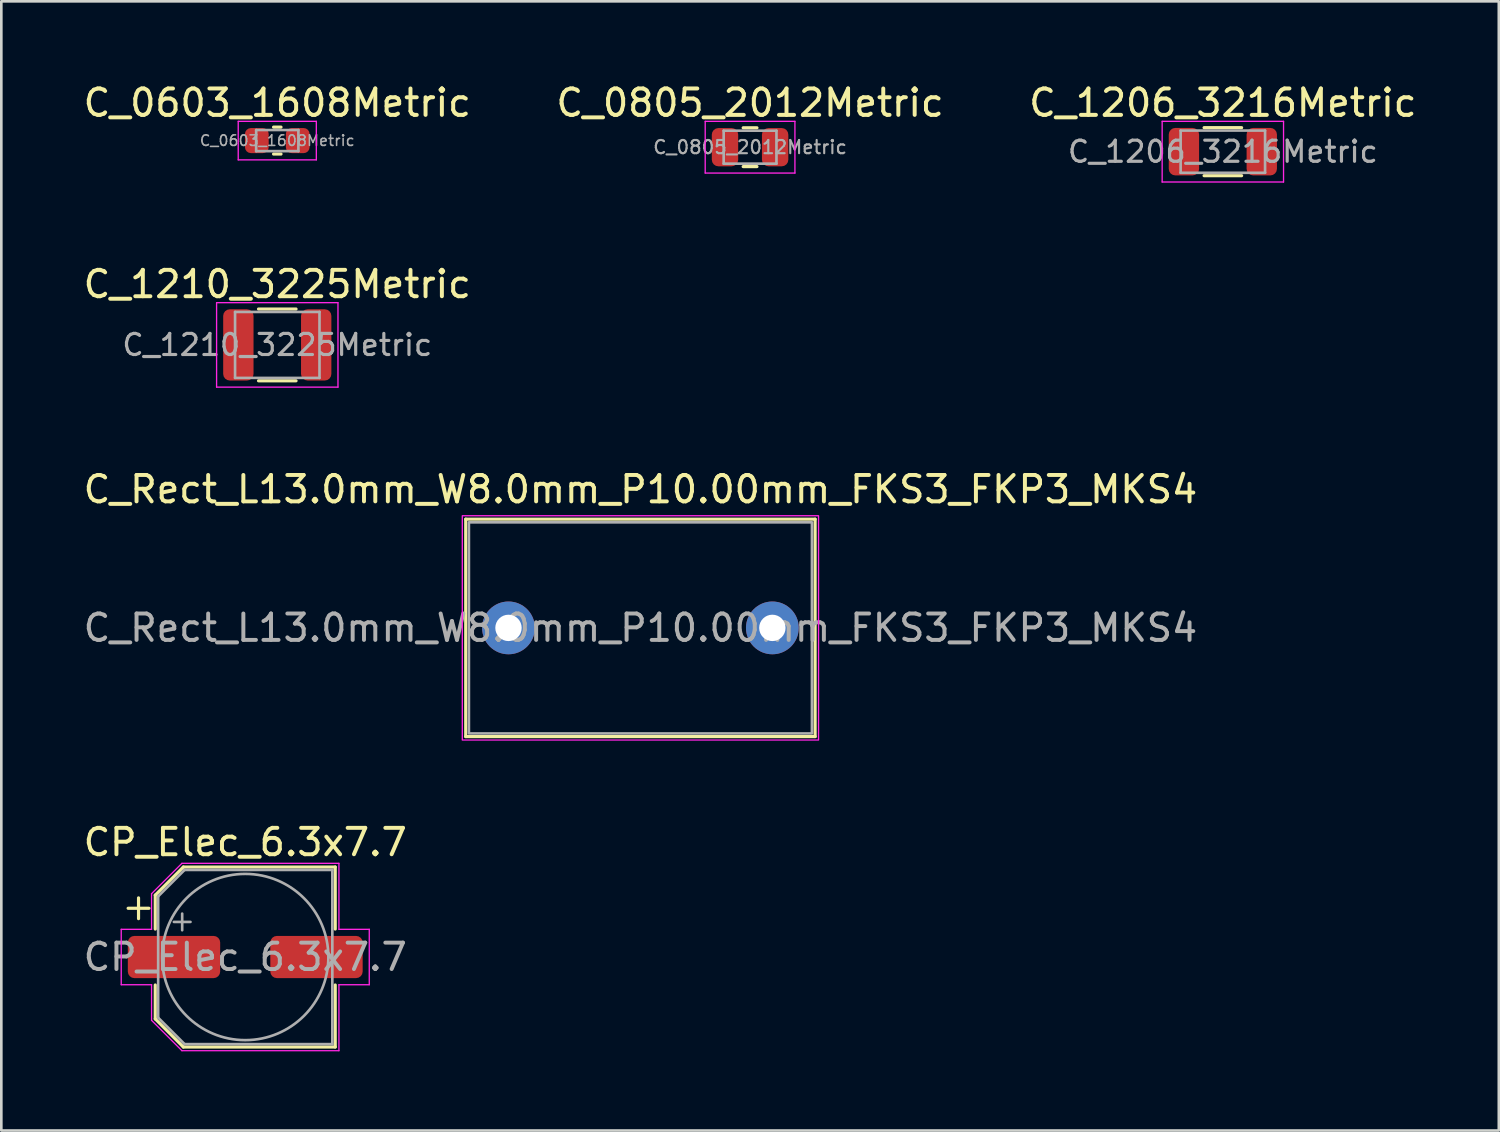
<source format=kicad_pcb>
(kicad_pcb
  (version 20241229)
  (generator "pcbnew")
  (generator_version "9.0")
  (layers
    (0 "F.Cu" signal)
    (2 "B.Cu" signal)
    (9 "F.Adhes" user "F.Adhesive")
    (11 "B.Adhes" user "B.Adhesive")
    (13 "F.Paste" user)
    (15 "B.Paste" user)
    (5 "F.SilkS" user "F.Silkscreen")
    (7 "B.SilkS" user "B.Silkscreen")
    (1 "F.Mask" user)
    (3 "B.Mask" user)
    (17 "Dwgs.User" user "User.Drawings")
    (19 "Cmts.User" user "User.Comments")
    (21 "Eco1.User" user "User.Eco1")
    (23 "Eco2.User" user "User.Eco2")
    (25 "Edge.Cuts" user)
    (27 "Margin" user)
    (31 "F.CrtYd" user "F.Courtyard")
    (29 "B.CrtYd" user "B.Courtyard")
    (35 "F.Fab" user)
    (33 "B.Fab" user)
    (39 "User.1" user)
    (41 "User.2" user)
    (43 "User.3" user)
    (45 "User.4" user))
  (footprint "C_1206_3216Metric"
    (layer "F.Cu")
    (at 43.292 2.698)
    (property "Reference" "C_1206_3216Metric" (at 0 -1.85 0) (layer "F.SilkS") (effects (font (size 1 1) (thickness 0.15))))
    (attr smd)
    (fp_line (start -0.711 -0.91) (end 0.711 -0.91) (stroke (width 0.12) (type solid)) (layer "F.SilkS"))
    (fp_line (start -0.711 0.91) (end 0.711 0.91) (stroke (width 0.12) (type solid)) (layer "F.SilkS"))
    (fp_line (start -2.3 -1.15) (end 2.3 -1.15) (stroke (width 0.05) (type solid)) (layer "F.CrtYd"))
    (fp_line (start -2.3 1.15) (end -2.3 -1.15) (stroke (width 0.05) (type solid)) (layer "F.CrtYd"))
    (fp_line (start 2.3 -1.15) (end 2.3 1.15) (stroke (width 0.05) (type solid)) (layer "F.CrtYd"))
    (fp_line (start 2.3 1.15) (end -2.3 1.15) (stroke (width 0.05) (type solid)) (layer "F.CrtYd"))
    (fp_line (start -1.6 -0.8) (end 1.6 -0.8) (stroke (width 0.1) (type solid)) (layer "F.Fab"))
    (fp_line (start -1.6 0.8) (end -1.6 -0.8) (stroke (width 0.1) (type solid)) (layer "F.Fab"))
    (fp_line (start 1.6 -0.8) (end 1.6 0.8) (stroke (width 0.1) (type solid)) (layer "F.Fab"))
    (fp_line (start 1.6 0.8) (end -1.6 0.8) (stroke (width 0.1) (type solid)) (layer "F.Fab"))
    (fp_text user "${REFERENCE}" (at 0 0 0) (layer "F.Fab") (effects (font (size 0.8 0.8) (thickness 0.12))))
    (pad "1" smd roundrect (at -1.475 0) (size 1.15 1.8) (layers "F.Cu" "F.Mask" "F.Paste") (roundrect_rratio 0.217))
    (pad "2" smd roundrect (at 1.475 0) (size 1.15 1.8) (layers "F.Cu" "F.Mask" "F.Paste") (roundrect_rratio 0.217)))
  (footprint "C_1210_3225Metric"
    (layer "F.Cu")
    (at 7.458 10.021)
    (property "Reference" "C_1210_3225Metric" (at 0 -2.3 0) (layer "F.SilkS") (effects (font (size 1 1) (thickness 0.15))))
    (attr smd)
    (fp_line (start -0.711 -1.36) (end 0.711 -1.36) (stroke (width 0.12) (type solid)) (layer "F.SilkS"))
    (fp_line (start -0.711 1.36) (end 0.711 1.36) (stroke (width 0.12) (type solid)) (layer "F.SilkS"))
    (fp_line (start -2.3 -1.6) (end 2.3 -1.6) (stroke (width 0.05) (type solid)) (layer "F.CrtYd"))
    (fp_line (start -2.3 1.6) (end -2.3 -1.6) (stroke (width 0.05) (type solid)) (layer "F.CrtYd"))
    (fp_line (start 2.3 -1.6) (end 2.3 1.6) (stroke (width 0.05) (type solid)) (layer "F.CrtYd"))
    (fp_line (start 2.3 1.6) (end -2.3 1.6) (stroke (width 0.05) (type solid)) (layer "F.CrtYd"))
    (fp_line (start -1.6 -1.25) (end 1.6 -1.25) (stroke (width 0.1) (type solid)) (layer "F.Fab"))
    (fp_line (start -1.6 1.25) (end -1.6 -1.25) (stroke (width 0.1) (type solid)) (layer "F.Fab"))
    (fp_line (start 1.6 -1.25) (end 1.6 1.25) (stroke (width 0.1) (type solid)) (layer "F.Fab"))
    (fp_line (start 1.6 1.25) (end -1.6 1.25) (stroke (width 0.1) (type solid)) (layer "F.Fab"))
    (fp_text user "${REFERENCE}" (at 0 0 0) (layer "F.Fab") (effects (font (size 0.8 0.8) (thickness 0.12))))
    (pad "1" smd roundrect (at -1.475 0) (size 1.15 2.7) (layers "F.Cu" "F.Mask" "F.Paste") (roundrect_rratio 0.217))
    (pad "2" smd roundrect (at 1.475 0) (size 1.15 2.7) (layers "F.Cu" "F.Mask" "F.Paste") (roundrect_rratio 0.217)))
  (footprint "C_Rect_L13.0mm_W8.0mm_P10.00mm_FKS3_FKP3_MKS4"
    (layer "F.Cu")
    (at 16.22 20.745)
    (property "Reference" "C_Rect_L13.0mm_W8.0mm_P10.00mm_FKS3_FKP3_MKS4" (at 5 -5.25 0) (layer "F.SilkS") (effects (font (size 1 1) (thickness 0.15))))
    (attr through_hole)
    (fp_line (start -1.62 -4.12) (end 11.62 -4.12) (stroke (width 0.12) (type solid)) (layer "F.SilkS"))
    (fp_line (start -1.62 4.12) (end -1.62 -4.12) (stroke (width 0.12) (type solid)) (layer "F.SilkS"))
    (fp_line (start 11.62 -4.12) (end 11.62 4.12) (stroke (width 0.12) (type solid)) (layer "F.SilkS"))
    (fp_line (start 11.62 4.12) (end -1.62 4.12) (stroke (width 0.12) (type solid)) (layer "F.SilkS"))
    (fp_rect (start -1.75 -4.25) (end 11.75 4.25) (stroke (width 0.05) (type solid)) (fill no) (layer "F.CrtYd"))
    (fp_rect (start -1.5 -4) (end 11.5 4) (stroke (width 0.1) (type solid)) (fill no) (layer "F.Fab"))
    (fp_text user "${REFERENCE}" (at 5 0 0) (layer "F.Fab") (effects (font (size 1 1) (thickness 0.15))))
    (pad "1" thru_hole circle (at 0 0) (size 2 2) (drill 1) (layers "*.Cu" "*.Mask"))
    (pad "2" thru_hole circle (at 10 0) (size 2 2) (drill 1) (layers "*.Cu" "*.Mask")))
  (footprint "C_0603_1608Metric"
    (layer "F.Cu")
    (at 7.458 2.278)
    (property "Reference" "C_0603_1608Metric" (at 0 -1.43 0) (layer "F.SilkS") (effects (font (size 1 1) (thickness 0.15))))
    (attr smd)
    (fp_line (start -0.141 -0.51) (end 0.141 -0.51) (stroke (width 0.12) (type solid)) (layer "F.SilkS"))
    (fp_line (start -0.141 0.51) (end 0.141 0.51) (stroke (width 0.12) (type solid)) (layer "F.SilkS"))
    (fp_line (start -1.48 -0.73) (end 1.48 -0.73) (stroke (width 0.05) (type solid)) (layer "F.CrtYd"))
    (fp_line (start -1.48 0.73) (end -1.48 -0.73) (stroke (width 0.05) (type solid)) (layer "F.CrtYd"))
    (fp_line (start 1.48 -0.73) (end 1.48 0.73) (stroke (width 0.05) (type solid)) (layer "F.CrtYd"))
    (fp_line (start 1.48 0.73) (end -1.48 0.73) (stroke (width 0.05) (type solid)) (layer "F.CrtYd"))
    (fp_line (start -0.8 -0.4) (end 0.8 -0.4) (stroke (width 0.1) (type solid)) (layer "F.Fab"))
    (fp_line (start -0.8 0.4) (end -0.8 -0.4) (stroke (width 0.1) (type solid)) (layer "F.Fab"))
    (fp_line (start 0.8 -0.4) (end 0.8 0.4) (stroke (width 0.1) (type solid)) (layer "F.Fab"))
    (fp_line (start 0.8 0.4) (end -0.8 0.4) (stroke (width 0.1) (type solid)) (layer "F.Fab"))
    (fp_text user "${REFERENCE}" (at 0 0 0) (layer "F.Fab") (effects (font (size 0.4 0.4) (thickness 0.06))))
    (pad "1" smd roundrect (at -0.775 0) (size 0.9 0.95) (layers "F.Cu" "F.Mask" "F.Paste") (roundrect_rratio 0.25))
    (pad "2" smd roundrect (at 0.775 0) (size 0.9 0.95) (layers "F.Cu" "F.Mask" "F.Paste") (roundrect_rratio 0.25)))
  (footprint "C_0805_2012Metric"
    (layer "F.Cu")
    (at 25.375 2.528)
    (property "Reference" "C_0805_2012Metric" (at 0 -1.68 0) (layer "F.SilkS") (effects (font (size 1 1) (thickness 0.15))))
    (attr smd)
    (fp_line (start -0.261 -0.735) (end 0.261 -0.735) (stroke (width 0.12) (type solid)) (layer "F.SilkS"))
    (fp_line (start -0.261 0.735) (end 0.261 0.735) (stroke (width 0.12) (type solid)) (layer "F.SilkS"))
    (fp_line (start -1.7 -0.98) (end 1.7 -0.98) (stroke (width 0.05) (type solid)) (layer "F.CrtYd"))
    (fp_line (start -1.7 0.98) (end -1.7 -0.98) (stroke (width 0.05) (type solid)) (layer "F.CrtYd"))
    (fp_line (start 1.7 -0.98) (end 1.7 0.98) (stroke (width 0.05) (type solid)) (layer "F.CrtYd"))
    (fp_line (start 1.7 0.98) (end -1.7 0.98) (stroke (width 0.05) (type solid)) (layer "F.CrtYd"))
    (fp_line (start -1 -0.625) (end 1 -0.625) (stroke (width 0.1) (type solid)) (layer "F.Fab"))
    (fp_line (start -1 0.625) (end -1 -0.625) (stroke (width 0.1) (type solid)) (layer "F.Fab"))
    (fp_line (start 1 -0.625) (end 1 0.625) (stroke (width 0.1) (type solid)) (layer "F.Fab"))
    (fp_line (start 1 0.625) (end -1 0.625) (stroke (width 0.1) (type solid)) (layer "F.Fab"))
    (fp_text user "${REFERENCE}" (at 0 0 0) (layer "F.Fab") (effects (font (size 0.5 0.5) (thickness 0.08))))
    (pad "1" smd roundrect (at -0.95 0) (size 1 1.45) (layers "F.Cu" "F.Mask" "F.Paste") (roundrect_rratio 0.25))
    (pad "2" smd roundrect (at 0.95 0) (size 1 1.45) (layers "F.Cu" "F.Mask" "F.Paste") (roundrect_rratio 0.25)))
  (footprint "CP_Elec_6.3x7.7"
    (layer "F.Cu")
    (at 6.244 33.218)
    (property "Reference" "CP_Elec_6.3x7.7" (at 0 -4.35 0) (layer "F.SilkS") (effects (font (size 1 1) (thickness 0.15))))
    (attr smd)
    (fp_line (start -4.438 -1.847) (end -3.65 -1.847) (stroke (width 0.12) (type solid)) (layer "F.SilkS"))
    (fp_line (start -4.044 -2.241) (end -4.044 -1.454) (stroke (width 0.12) (type solid)) (layer "F.SilkS"))
    (fp_line (start -3.41 -2.346) (end -3.41 -1.06) (stroke (width 0.12) (type solid)) (layer "F.SilkS"))
    (fp_line (start -3.41 -2.346) (end -2.346 -3.41) (stroke (width 0.12) (type solid)) (layer "F.SilkS"))
    (fp_line (start -3.41 2.346) (end -3.41 1.06) (stroke (width 0.12) (type solid)) (layer "F.SilkS"))
    (fp_line (start -3.41 2.346) (end -2.346 3.41) (stroke (width 0.12) (type solid)) (layer "F.SilkS"))
    (fp_line (start -2.346 -3.41) (end 3.41 -3.41) (stroke (width 0.12) (type solid)) (layer "F.SilkS"))
    (fp_line (start -2.346 3.41) (end 3.41 3.41) (stroke (width 0.12) (type solid)) (layer "F.SilkS"))
    (fp_line (start 3.41 -3.41) (end 3.41 -1.06) (stroke (width 0.12) (type solid)) (layer "F.SilkS"))
    (fp_line (start 3.41 3.41) (end 3.41 1.06) (stroke (width 0.12) (type solid)) (layer "F.SilkS"))
    (fp_line (start -4.7 -1.05) (end -4.7 1.05) (stroke (width 0.05) (type solid)) (layer "F.CrtYd"))
    (fp_line (start -4.7 1.05) (end -3.55 1.05) (stroke (width 0.05) (type solid)) (layer "F.CrtYd"))
    (fp_line (start -3.55 -2.4) (end -3.55 -1.05) (stroke (width 0.05) (type solid)) (layer "F.CrtYd"))
    (fp_line (start -3.55 -2.4) (end -2.4 -3.55) (stroke (width 0.05) (type solid)) (layer "F.CrtYd"))
    (fp_line (start -3.55 -1.05) (end -4.7 -1.05) (stroke (width 0.05) (type solid)) (layer "F.CrtYd"))
    (fp_line (start -3.55 1.05) (end -3.55 2.4) (stroke (width 0.05) (type solid)) (layer "F.CrtYd"))
    (fp_line (start -3.55 2.4) (end -2.4 3.55) (stroke (width 0.05) (type solid)) (layer "F.CrtYd"))
    (fp_line (start -2.4 -3.55) (end 3.55 -3.55) (stroke (width 0.05) (type solid)) (layer "F.CrtYd"))
    (fp_line (start -2.4 3.55) (end 3.55 3.55) (stroke (width 0.05) (type solid)) (layer "F.CrtYd"))
    (fp_line (start 3.55 -3.55) (end 3.55 -1.05) (stroke (width 0.05) (type solid)) (layer "F.CrtYd"))
    (fp_line (start 3.55 -1.05) (end 4.7 -1.05) (stroke (width 0.05) (type solid)) (layer "F.CrtYd"))
    (fp_line (start 3.55 1.05) (end 3.55 3.55) (stroke (width 0.05) (type solid)) (layer "F.CrtYd"))
    (fp_line (start 4.7 -1.05) (end 4.7 1.05) (stroke (width 0.05) (type solid)) (layer "F.CrtYd"))
    (fp_line (start 4.7 1.05) (end 3.55 1.05) (stroke (width 0.05) (type solid)) (layer "F.CrtYd"))
    (fp_line (start -3.3 -2.3) (end -3.3 2.3) (stroke (width 0.1) (type solid)) (layer "F.Fab"))
    (fp_line (start -3.3 -2.3) (end -2.3 -3.3) (stroke (width 0.1) (type solid)) (layer "F.Fab"))
    (fp_line (start -3.3 2.3) (end -2.3 3.3) (stroke (width 0.1) (type solid)) (layer "F.Fab"))
    (fp_line (start -2.705 -1.33) (end -2.075 -1.33) (stroke (width 0.1) (type solid)) (layer "F.Fab"))
    (fp_line (start -2.39 -1.645) (end -2.39 -1.015) (stroke (width 0.1) (type solid)) (layer "F.Fab"))
    (fp_line (start -2.3 -3.3) (end 3.3 -3.3) (stroke (width 0.1) (type solid)) (layer "F.Fab"))
    (fp_line (start -2.3 3.3) (end 3.3 3.3) (stroke (width 0.1) (type solid)) (layer "F.Fab"))
    (fp_line (start 3.3 -3.3) (end 3.3 3.3) (stroke (width 0.1) (type solid)) (layer "F.Fab"))
    (fp_circle (center 0 0) (end 3.15 0) (stroke (width 0.1) (type solid)) (fill no) (layer "F.Fab"))
    (fp_text user "${REFERENCE}" (at 0 0 0) (layer "F.Fab") (effects (font (size 1 1) (thickness 0.15))))
    (pad "1" smd roundrect (at -2.7 0) (size 3.5 1.6) (layers "F.Cu" "F.Mask" "F.Paste") (roundrect_rratio 0.156))
    (pad "2" smd roundrect (at 2.7 0) (size 3.5 1.6) (layers "F.Cu" "F.Mask" "F.Paste") (roundrect_rratio 0.156)))
  (gr_rect
    (start -3 -3)
    (end 53.75 39.793)
    (stroke (width 0.1) (type default))
    (fill no)
    (layer "Edge.Cuts")))
</source>
